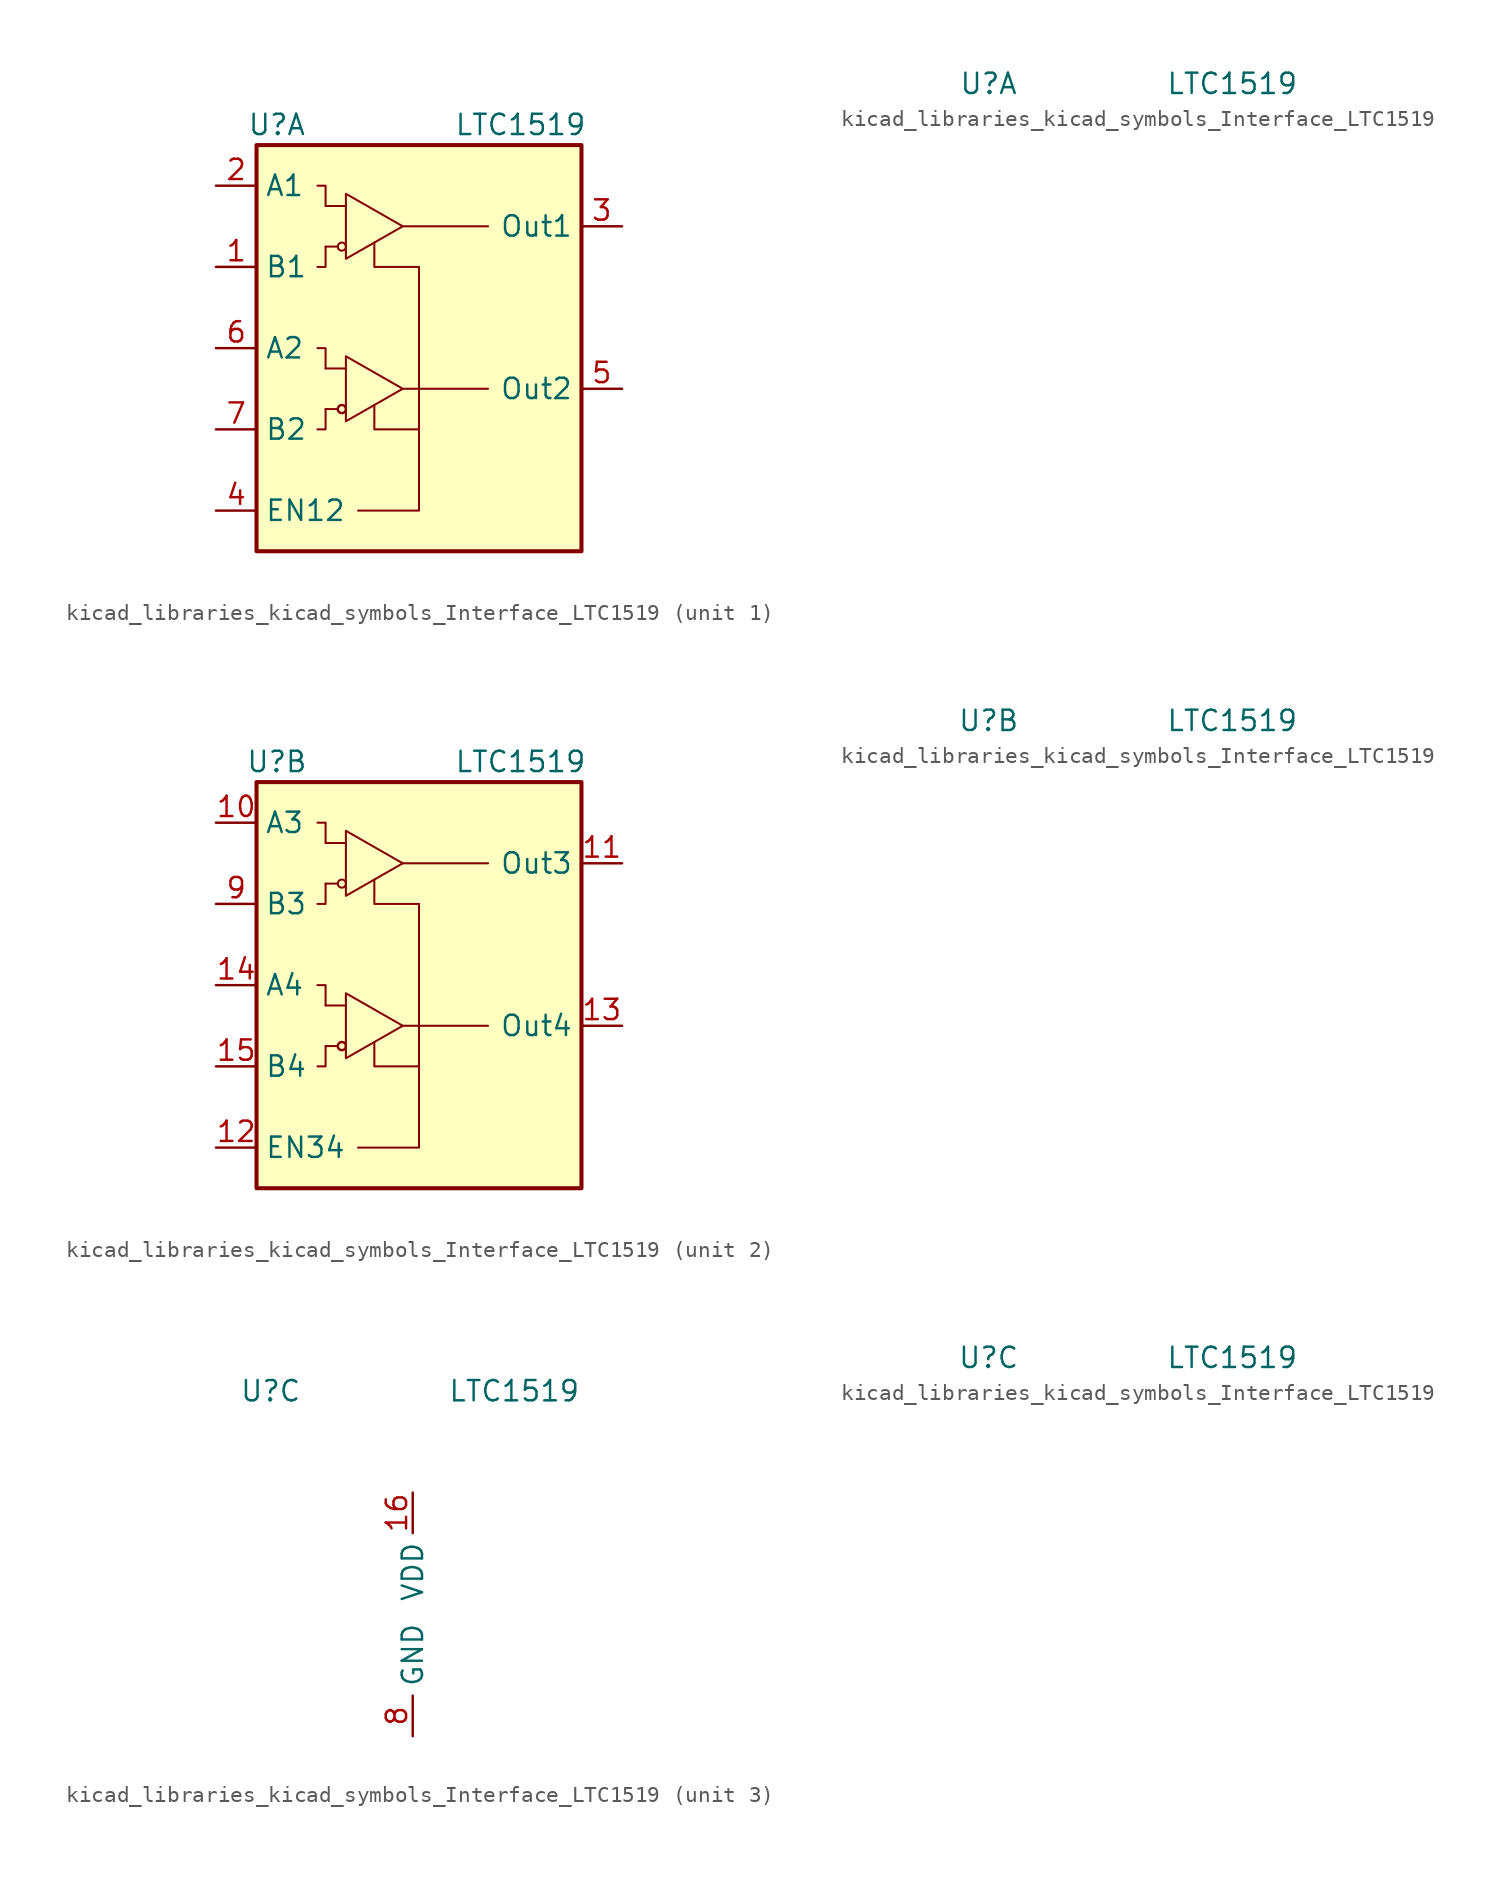
<source format=kicad_sym>
(kicad_symbol_lib
  (version 20220914)
  (generator kicad_symbol_editor)
  (symbol "kicad_libraries_kicad_symbols_Interface_LTC1519"
    (property "Reference" "U"
      (at -8.89 13.97 0)
      (effects (font (size 1.27 1.27))))
    (property "Value" "LTC1519"
      (at 6.35 13.97 0)
      (effects (font (size 1.27 1.27))))
    (property "ki_locked" ""
      (at 0 0 0)
      (effects (font (size 1.27 1.27))))
    (symbol "kicad_libraries_kicad_symbols_Interface_LTC1519_1_1"
      (rectangle (start -10.16 12.7) (end 10.16 -12.7) (stroke (width 0.254) (type default)) (fill (type background)))
      (circle (center -4.826 -3.81) (radius 0.254) (stroke (width 0) (type default)) (fill (type none)))
      (circle (center -4.826 6.35) (radius 0.254) (stroke (width 0.127) (type default)) (fill (type none)))
      (polyline (pts (xy -5.842 -3.81) (xy -5.08 -3.81)) (stroke (width 0.127) (type default)) (fill (type none)))
      (polyline (pts (xy -5.842 -1.27) (xy -4.572 -1.27)) (stroke (width 0.127) (type default)) (fill (type none)))
      (polyline (pts (xy -5.842 6.35) (xy -5.08 6.35)) (stroke (width 0.127) (type default)) (fill (type none)))
      (polyline (pts (xy -5.842 8.89) (xy -4.572 8.89)) (stroke (width 0.127) (type default)) (fill (type none)))
      (polyline (pts (xy -1.016 -2.54) (xy 4.318 -2.54)) (stroke (width 0.127) (type default)) (fill (type none)))
      (polyline (pts (xy -1.016 7.62) (xy 4.318 7.62)) (stroke (width 0.127) (type default)) (fill (type none)))
      (polyline (pts (xy -5.842 -3.81) (xy -5.842 -5.08) (xy -6.35 -5.08)) (stroke (width 0.127) (type default)) (fill (type none)))
      (polyline (pts (xy -5.842 -1.27) (xy -5.842 0) (xy -6.35 0)) (stroke (width 0.127) (type default)) (fill (type none)))
      (polyline (pts (xy -5.842 8.89) (xy -5.842 10.16) (xy -6.35 10.16)) (stroke (width 0.127) (type default)) (fill (type none)))
      (polyline (pts (xy -3.81 -10.16) (xy 0 -10.16) (xy 0 -2.54)) (stroke (width 0.127) (type default)) (fill (type none)))
      (polyline (pts (xy 0 -5.08) (xy -2.794 -5.08) (xy -2.794 -3.556)) (stroke (width 0.127) (type default)) (fill (type none)))
      (polyline (pts (xy -5.842 6.35) (xy -5.842 5.08) (xy -6.096 5.08) (xy -6.35 5.08)) (stroke (width 0.127) (type default)) (fill (type none)))
      (polyline (pts (xy -4.572 -0.508) (xy -4.572 -4.572) (xy -1.016 -2.54) (xy -4.572 -0.508)) (stroke (width 0.127) (type default)) (fill (type none)))
      (polyline (pts (xy -4.572 9.652) (xy -4.572 5.588) (xy -1.016 7.62) (xy -4.572 9.652)) (stroke (width 0.127) (type default)) (fill (type none)))
      (polyline (pts (xy 0 -2.54) (xy 0 5.08) (xy -2.794 5.08) (xy -2.794 6.604)) (stroke (width 0.127) (type default)) (fill (type none)))
      (pin input line (at -12.7 5.08 0) (length 2.54) (name "B1" (effects (font (size 1.27 1.27)))) (number "1" (effects (font (size 1.27 1.27)))))
      (pin input line (at -12.7 10.16 0) (length 2.54) (name "A1" (effects (font (size 1.27 1.27)))) (number "2" (effects (font (size 1.27 1.27)))))
      (pin tri_state line (at 12.7 7.62 180) (length 2.54) (name "Out1" (effects (font (size 1.27 1.27)))) (number "3" (effects (font (size 1.27 1.27)))))
      (pin input line (at -12.7 -10.16 0) (length 2.54) (name "EN12" (effects (font (size 1.27 1.27)))) (number "4" (effects (font (size 1.27 1.27)))))
      (pin tri_state line (at 12.7 -2.54 180) (length 2.54) (name "Out2" (effects (font (size 1.27 1.27)))) (number "5" (effects (font (size 1.27 1.27)))))
      (pin input line (at -12.7 0 0) (length 2.54) (name "A2" (effects (font (size 1.27 1.27)))) (number "6" (effects (font (size 1.27 1.27)))))
      (pin input line (at -12.7 -5.08 0) (length 2.54) (name "B2" (effects (font (size 1.27 1.27)))) (number "7" (effects (font (size 1.27 1.27))))))
    (symbol "kicad_libraries_kicad_symbols_Interface_LTC1519_2_1"
      (rectangle (start -10.16 12.7) (end 10.16 -12.7) (stroke (width 0.254) (type default)) (fill (type background)))
      (circle (center -4.826 -3.81) (radius 0.254) (stroke (width 0) (type default)) (fill (type none)))
      (circle (center -4.826 6.35) (radius 0.254) (stroke (width 0.127) (type default)) (fill (type none)))
      (polyline (pts (xy -5.842 -3.81) (xy -5.08 -3.81)) (stroke (width 0.127) (type default)) (fill (type none)))
      (polyline (pts (xy -5.842 -1.27) (xy -4.572 -1.27)) (stroke (width 0.127) (type default)) (fill (type none)))
      (polyline (pts (xy -5.842 6.35) (xy -5.08 6.35)) (stroke (width 0.127) (type default)) (fill (type none)))
      (polyline (pts (xy -5.842 8.89) (xy -4.572 8.89)) (stroke (width 0.127) (type default)) (fill (type none)))
      (polyline (pts (xy -1.016 -2.54) (xy 4.318 -2.54)) (stroke (width 0.127) (type default)) (fill (type none)))
      (polyline (pts (xy -1.016 7.62) (xy 4.318 7.62)) (stroke (width 0.127) (type default)) (fill (type none)))
      (polyline (pts (xy -5.842 -3.81) (xy -5.842 -5.08) (xy -6.35 -5.08)) (stroke (width 0.127) (type default)) (fill (type none)))
      (polyline (pts (xy -5.842 -1.27) (xy -5.842 0) (xy -6.35 0)) (stroke (width 0.127) (type default)) (fill (type none)))
      (polyline (pts (xy -5.842 8.89) (xy -5.842 10.16) (xy -6.35 10.16)) (stroke (width 0.127) (type default)) (fill (type none)))
      (polyline (pts (xy -3.81 -10.16) (xy 0 -10.16) (xy 0 -2.54)) (stroke (width 0.127) (type default)) (fill (type none)))
      (polyline (pts (xy 0 -5.08) (xy -2.794 -5.08) (xy -2.794 -3.556)) (stroke (width 0.127) (type default)) (fill (type none)))
      (polyline (pts (xy -5.842 6.35) (xy -5.842 5.08) (xy -6.096 5.08) (xy -6.35 5.08)) (stroke (width 0.127) (type default)) (fill (type none)))
      (polyline (pts (xy -4.572 -0.508) (xy -4.572 -4.572) (xy -1.016 -2.54) (xy -4.572 -0.508)) (stroke (width 0.127) (type default)) (fill (type none)))
      (polyline (pts (xy -4.572 9.652) (xy -4.572 5.588) (xy -1.016 7.62) (xy -4.572 9.652)) (stroke (width 0.127) (type default)) (fill (type none)))
      (polyline (pts (xy 0 -2.54) (xy 0 5.08) (xy -2.794 5.08) (xy -2.794 6.604)) (stroke (width 0.127) (type default)) (fill (type none)))
      (pin input line (at -12.7 10.16 0) (length 2.54) (name "A3" (effects (font (size 1.27 1.27)))) (number "10" (effects (font (size 1.27 1.27)))))
      (pin tri_state line (at 12.7 7.62 180) (length 2.54) (name "Out3" (effects (font (size 1.27 1.27)))) (number "11" (effects (font (size 1.27 1.27)))))
      (pin input line (at -12.7 -10.16 0) (length 2.54) (name "EN34" (effects (font (size 1.27 1.27)))) (number "12" (effects (font (size 1.27 1.27)))))
      (pin tri_state line (at 12.7 -2.54 180) (length 2.54) (name "Out4" (effects (font (size 1.27 1.27)))) (number "13" (effects (font (size 1.27 1.27)))))
      (pin input line (at -12.7 0 0) (length 2.54) (name "A4" (effects (font (size 1.27 1.27)))) (number "14" (effects (font (size 1.27 1.27)))))
      (pin input line (at -12.7 -5.08 0) (length 2.54) (name "B4" (effects (font (size 1.27 1.27)))) (number "15" (effects (font (size 1.27 1.27)))))
      (pin input line (at -12.7 5.08 0) (length 2.54) (name "B3" (effects (font (size 1.27 1.27)))) (number "9" (effects (font (size 1.27 1.27))))))
    (symbol "kicad_libraries_kicad_symbols_Interface_LTC1519_3_1"
      (pin power_in line (at 0 7.62 270) (length 2.54) (name "VDD" (effects (font (size 1.27 1.27)))) (number "16" (effects (font (size 1.27 1.27)))))
      (pin power_in line (at 0 -7.62 90) (length 2.54) (name "GND" (effects (font (size 1.27 1.27)))) (number "8" (effects (font (size 1.27 1.27))))))
    (symbol "kicad_libraries_kicad_symbols_Interface_LTC1519_3_3"
      (circle (center 0 -5.08) (radius 0.254) (stroke (width 0.127) (type default)) (fill (type outline))))))
</source>
